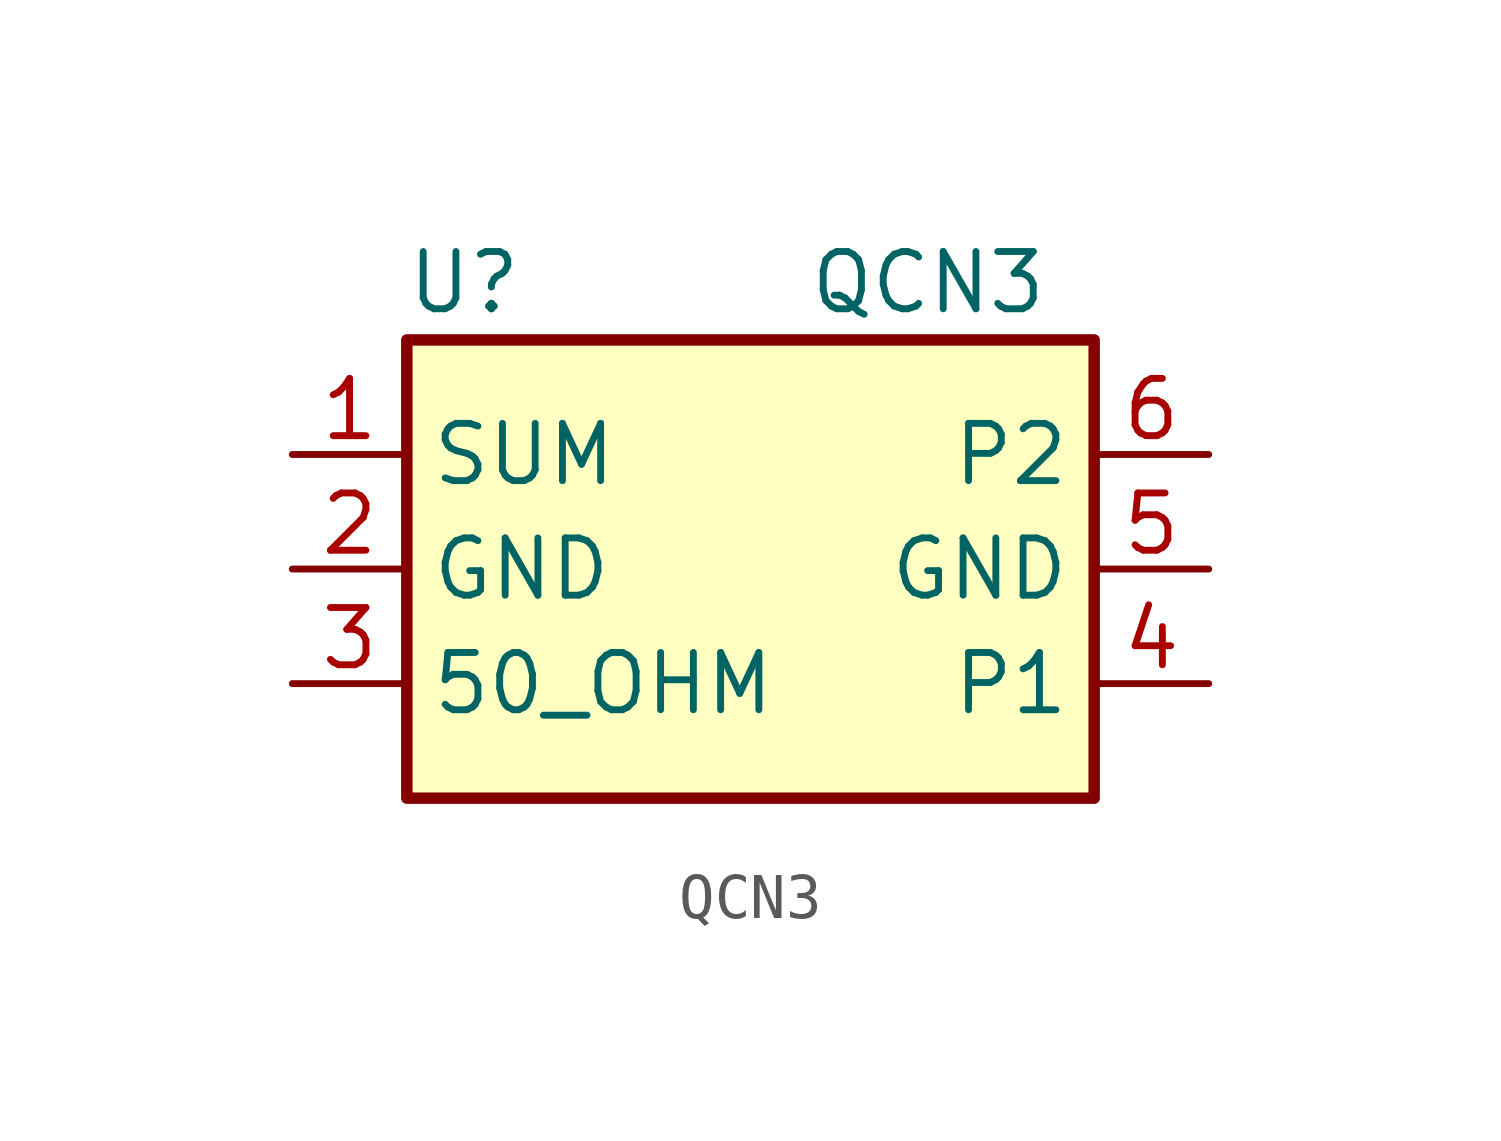
<source format=kicad_sym>
(kicad_symbol_lib
  (version 20231120)
  (generator "kicad_symbol_editor")
  (generator_version "8.0")
  (symbol "QCN3"
    (property "Reference" "U"
      (at -6.35 6.35 0)
      (effects (font (size 1.27 1.27))))
    (property "Value" "QCN3"
      (at 1.27 6.35 0)
      (effects (font (size 1.27 1.27)) (justify left)))
    (symbol "QCN3_1_1"
      (rectangle (start -7.62 5.08) (end 7.62 -5.08) (stroke (width 0.254) (type default)) (fill (type background)))
      (pin output line (at -10.16 2.54 0) (length 2.54) (name "SUM" (effects (font (size 1.27 1.27)))) (number "1" (effects (font (size 1.27 1.27)))))
      (pin power_in line (at -10.16 0 0) (length 2.54) (name "GND" (effects (font (size 1.27 1.27)))) (number "2" (effects (font (size 1.27 1.27)))))
      (pin output line (at -10.16 -2.54 0) (length 2.54) (name "50_OHM" (effects (font (size 1.27 1.27)))) (number "3" (effects (font (size 1.27 1.27)))))
      (pin input line (at 10.16 -2.54 180) (length 2.54) (name "P1" (effects (font (size 1.27 1.27)))) (number "4" (effects (font (size 1.27 1.27)))))
      (pin power_in line (at 10.16 0 180) (length 2.54) (name "GND" (effects (font (size 1.27 1.27)))) (number "5" (effects (font (size 1.27 1.27)))))
      (pin input line (at 10.16 2.54 180) (length 2.54) (name "P2" (effects (font (size 1.27 1.27)))) (number "6" (effects (font (size 1.27 1.27))))))))
</source>
